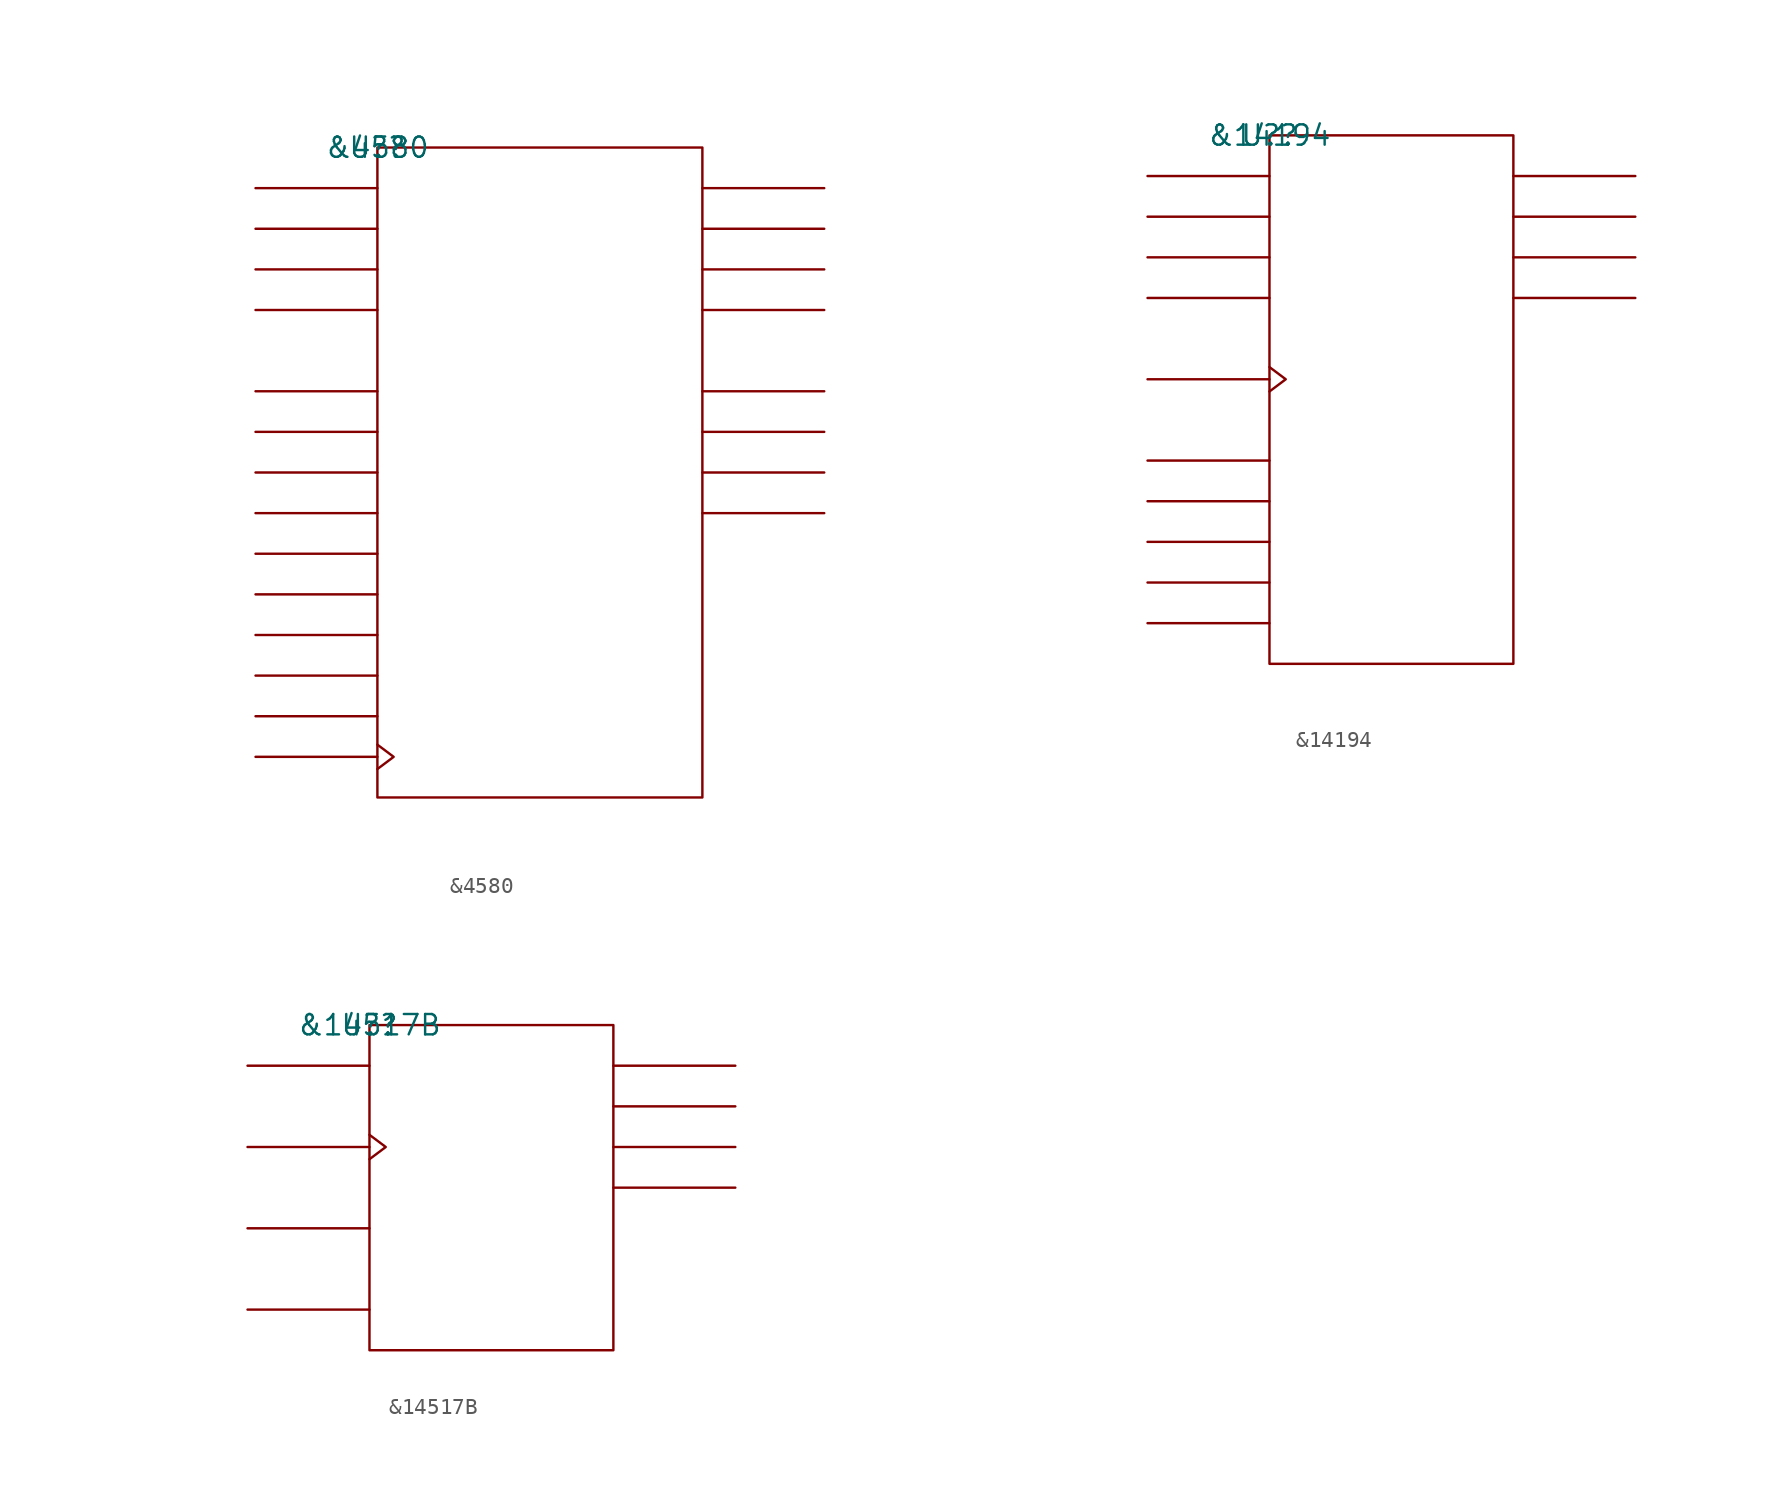
<source format=kicad_sym>
(kicad_symbol_lib
  (version 20211014)
  (generator kicad_symbol_editor)
  (symbol "&4580"
    (pin_names
      (offset 0.762))
    (property "Reference" "U?"
      (at 0 0 0)
      (effects (font (size 1.27 1.27))))
    (property "Value" "&4580"
      (at 0 0 0)
      (effects (font (size 1.27 1.27))))
    (symbol "&4580_0_1"
      (rectangle (start 0 -40.64) (end 20.32 0) (stroke (width 0) (type default) (color 0 0 0 0)) (fill (type none)))
      (polyline (pts (xy 0 -38.1) (xy -7.62 -38.1)) (stroke (width 0) (type default) (color 0 0 0 0)) (fill (type none)))
      (polyline (pts (xy 0 -35.56) (xy -7.62 -35.56)) (stroke (width 0) (type default) (color 0 0 0 0)) (fill (type none)))
      (polyline (pts (xy 0 -33.02) (xy -7.62 -33.02)) (stroke (width 0) (type default) (color 0 0 0 0)) (fill (type none)))
      (polyline (pts (xy 0 -30.48) (xy -7.62 -30.48)) (stroke (width 0) (type default) (color 0 0 0 0)) (fill (type none)))
      (polyline (pts (xy 0 -27.94) (xy -7.62 -27.94)) (stroke (width 0) (type default) (color 0 0 0 0)) (fill (type none)))
      (polyline (pts (xy 0 -25.4) (xy -7.62 -25.4)) (stroke (width 0) (type default) (color 0 0 0 0)) (fill (type none)))
      (polyline (pts (xy 0 -22.86) (xy -7.62 -22.86)) (stroke (width 0) (type default) (color 0 0 0 0)) (fill (type none)))
      (polyline (pts (xy 0 -20.32) (xy -7.62 -20.32)) (stroke (width 0) (type default) (color 0 0 0 0)) (fill (type none)))
      (polyline (pts (xy 0 -17.78) (xy -7.62 -17.78)) (stroke (width 0) (type default) (color 0 0 0 0)) (fill (type none)))
      (polyline (pts (xy 0 -15.24) (xy -7.62 -15.24)) (stroke (width 0) (type default) (color 0 0 0 0)) (fill (type none)))
      (polyline (pts (xy 0 -10.16) (xy -7.62 -10.16)) (stroke (width 0) (type default) (color 0 0 0 0)) (fill (type none)))
      (polyline (pts (xy 0 -7.62) (xy -7.62 -7.62)) (stroke (width 0) (type default) (color 0 0 0 0)) (fill (type none)))
      (polyline (pts (xy 0 -5.08) (xy -7.62 -5.08)) (stroke (width 0) (type default) (color 0 0 0 0)) (fill (type none)))
      (polyline (pts (xy 0 -2.54) (xy -7.62 -2.54)) (stroke (width 0) (type default) (color 0 0 0 0)) (fill (type none)))
      (polyline (pts (xy 20.32 -22.86) (xy 27.94 -22.86)) (stroke (width 0) (type default) (color 0 0 0 0)) (fill (type none)))
      (polyline (pts (xy 20.32 -20.32) (xy 27.94 -20.32)) (stroke (width 0) (type default) (color 0 0 0 0)) (fill (type none)))
      (polyline (pts (xy 20.32 -17.78) (xy 27.94 -17.78)) (stroke (width 0) (type default) (color 0 0 0 0)) (fill (type none)))
      (polyline (pts (xy 20.32 -15.24) (xy 27.94 -15.24)) (stroke (width 0) (type default) (color 0 0 0 0)) (fill (type none)))
      (polyline (pts (xy 20.32 -10.16) (xy 27.94 -10.16)) (stroke (width 0) (type default) (color 0 0 0 0)) (fill (type none)))
      (polyline (pts (xy 20.32 -7.62) (xy 27.94 -7.62)) (stroke (width 0) (type default) (color 0 0 0 0)) (fill (type none)))
      (polyline (pts (xy 20.32 -5.08) (xy 27.94 -5.08)) (stroke (width 0) (type default) (color 0 0 0 0)) (fill (type none)))
      (polyline (pts (xy 20.32 -2.54) (xy 27.94 -2.54)) (stroke (width 0) (type default) (color 0 0 0 0)) (fill (type none)))
      (polyline (pts (xy 0 -37.338) (xy 1.016 -38.1) (xy 0 -38.862)) (stroke (width 0) (type default) (color 0 0 0 0)) (fill (type none))))
    (symbol "&4580_1_1"
      (pin unspecified line (at 27.94 -22.86 180) (length 7.62) hide (name "Q3B" (effects (font (size 1.245 1.245)))) (number "1" (effects (font (size 1.245 1.245)))))
      (pin unspecified line (at -7.62 -30.48 0) (length 7.62) hide (name "R1B" (effects (font (size 1.245 1.245)))) (number "10" (effects (font (size 1.245 1.245)))))
      (pin unspecified line (at -7.62 -27.94 0) (length 7.62) hide (name "R0B" (effects (font (size 1.245 1.245)))) (number "11" (effects (font (size 1.245 1.245)))))
      (pin power_in line (at 7.62 -40.64 180) (length 7.62) hide (name "GND" (effects (font (size 1.245 1.245)))) (number "12" (effects (font (size 1.245 1.245)))))
      (pin unspecified line (at -7.62 -22.86 0) (length 7.62) hide (name "R0A" (effects (font (size 1.245 1.245)))) (number "13" (effects (font (size 1.245 1.245)))))
      (pin unspecified line (at -7.62 -25.4 0) (length 7.62) hide (name "R1A" (effects (font (size 1.245 1.245)))) (number "14" (effects (font (size 1.245 1.245)))))
      (pin unspecified line (at -7.62 -15.24 0) (length 7.62) hide (name "WE" (effects (font (size 1.245 1.245)))) (number "15" (effects (font (size 1.245 1.245)))))
      (pin unspecified line (at -7.62 -38.1 180) (length 7.62) hide (name "CLK" (effects (font (size 1.245 1.245)))) (number "16" (effects (font (size 1.245 1.245)))))
      (pin unspecified line (at -7.62 -10.16 0) (length 7.62) hide (name "D3" (effects (font (size 1.245 1.245)))) (number "17" (effects (font (size 1.245 1.245)))))
      (pin unspecified line (at -7.62 -7.62 0) (length 7.62) hide (name "D2" (effects (font (size 1.245 1.245)))) (number "18" (effects (font (size 1.245 1.245)))))
      (pin unspecified line (at -7.62 -5.08 0) (length 7.62) hide (name "D1" (effects (font (size 1.245 1.245)))) (number "19" (effects (font (size 1.245 1.245)))))
      (pin unspecified line (at 27.94 -20.32 180) (length 7.62) hide (name "Q2B" (effects (font (size 1.245 1.245)))) (number "2" (effects (font (size 1.245 1.245)))))
      (pin unspecified line (at -7.62 -2.54 0) (length 7.62) hide (name "D0" (effects (font (size 1.245 1.245)))) (number "20" (effects (font (size 1.245 1.245)))))
      (pin unspecified line (at -7.62 -35.56 0) (length 7.62) hide (name "&3SB" (effects (font (size 1.245 1.245)))) (number "21" (effects (font (size 1.245 1.245)))))
      (pin unspecified line (at 27.94 -15.24 180) (length 7.62) hide (name "Q0B" (effects (font (size 1.245 1.245)))) (number "22" (effects (font (size 1.245 1.245)))))
      (pin unspecified line (at 27.94 -17.78 180) (length 7.62) hide (name "Q1B" (effects (font (size 1.245 1.245)))) (number "23" (effects (font (size 1.245 1.245)))))
      (pin power_in line (at 5.08 0 180) (length 7.62) hide (name "VCC" (effects (font (size 1.245 1.245)))) (number "24" (effects (font (size 1.245 1.245)))))
      (pin unspecified line (at -7.62 -33.02 0) (length 7.62) hide (name "&3SA" (effects (font (size 1.245 1.245)))) (number "3" (effects (font (size 1.245 1.245)))))
      (pin unspecified line (at 27.94 -2.54 180) (length 7.62) hide (name "Q0A" (effects (font (size 1.245 1.245)))) (number "4" (effects (font (size 1.245 1.245)))))
      (pin unspecified line (at 27.94 -5.08 180) (length 7.62) hide (name "Q1A" (effects (font (size 1.245 1.245)))) (number "5" (effects (font (size 1.245 1.245)))))
      (pin unspecified line (at 27.94 -7.62 180) (length 7.62) hide (name "Q2A" (effects (font (size 1.245 1.245)))) (number "6" (effects (font (size 1.245 1.245)))))
      (pin unspecified line (at 27.94 -10.16 180) (length 7.62) hide (name "Q3A" (effects (font (size 1.245 1.245)))) (number "7" (effects (font (size 1.245 1.245)))))
      (pin unspecified line (at -7.62 -17.78 0) (length 7.62) hide (name "W0" (effects (font (size 1.245 1.245)))) (number "8" (effects (font (size 1.245 1.245)))))
      (pin unspecified line (at -7.62 -20.32 0) (length 7.62) hide (name "W1" (effects (font (size 1.245 1.245)))) (number "9" (effects (font (size 1.245 1.245)))))))
  (symbol "&14194"
    (pin_names
      (offset 0.762))
    (property "Reference" "U?"
      (at 0 0 0)
      (effects (font (size 1.27 1.27))))
    (property "Value" "&14194"
      (at 0 0 0)
      (effects (font (size 1.27 1.27))))
    (symbol "&14194_0_1"
      (rectangle (start 0 -33.02) (end 15.24 0) (stroke (width 0) (type default) (color 0 0 0 0)) (fill (type none)))
      (polyline (pts (xy 0 -30.48) (xy -7.62 -30.48)) (stroke (width 0) (type default) (color 0 0 0 0)) (fill (type none)))
      (polyline (pts (xy 0 -27.94) (xy -7.62 -27.94)) (stroke (width 0) (type default) (color 0 0 0 0)) (fill (type none)))
      (polyline (pts (xy 0 -25.4) (xy -7.62 -25.4)) (stroke (width 0) (type default) (color 0 0 0 0)) (fill (type none)))
      (polyline (pts (xy 0 -22.86) (xy -7.62 -22.86)) (stroke (width 0) (type default) (color 0 0 0 0)) (fill (type none)))
      (polyline (pts (xy 0 -20.32) (xy -7.62 -20.32)) (stroke (width 0) (type default) (color 0 0 0 0)) (fill (type none)))
      (polyline (pts (xy 0 -15.24) (xy -7.62 -15.24)) (stroke (width 0) (type default) (color 0 0 0 0)) (fill (type none)))
      (polyline (pts (xy 0 -10.16) (xy -7.62 -10.16)) (stroke (width 0) (type default) (color 0 0 0 0)) (fill (type none)))
      (polyline (pts (xy 0 -7.62) (xy -7.62 -7.62)) (stroke (width 0) (type default) (color 0 0 0 0)) (fill (type none)))
      (polyline (pts (xy 0 -5.08) (xy -7.62 -5.08)) (stroke (width 0) (type default) (color 0 0 0 0)) (fill (type none)))
      (polyline (pts (xy 0 -2.54) (xy -7.62 -2.54)) (stroke (width 0) (type default) (color 0 0 0 0)) (fill (type none)))
      (polyline (pts (xy 15.24 -10.16) (xy 22.86 -10.16)) (stroke (width 0) (type default) (color 0 0 0 0)) (fill (type none)))
      (polyline (pts (xy 15.24 -7.62) (xy 22.86 -7.62)) (stroke (width 0) (type default) (color 0 0 0 0)) (fill (type none)))
      (polyline (pts (xy 15.24 -5.08) (xy 22.86 -5.08)) (stroke (width 0) (type default) (color 0 0 0 0)) (fill (type none)))
      (polyline (pts (xy 15.24 -2.54) (xy 22.86 -2.54)) (stroke (width 0) (type default) (color 0 0 0 0)) (fill (type none)))
      (polyline (pts (xy 0 -14.478) (xy 1.016 -15.24) (xy 0 -16.002)) (stroke (width 0) (type default) (color 0 0 0 0)) (fill (type none))))
    (symbol "&14194_1_1"
      (pin unspecified line (at -7.62 -20.32 0) (length 7.62) hide (name "RST" (effects (font (size 1.245 1.245)))) (number "1" (effects (font (size 1.245 1.245)))))
      (pin unspecified line (at -7.62 -25.4 0) (length 7.62) hide (name "S1" (effects (font (size 1.245 1.245)))) (number "10" (effects (font (size 1.245 1.245)))))
      (pin unspecified line (at -7.62 -15.24 180) (length 7.62) hide (name "CLK" (effects (font (size 1.245 1.245)))) (number "11" (effects (font (size 1.245 1.245)))))
      (pin unspecified line (at 22.86 -10.16 180) (length 7.62) hide (name "Q3" (effects (font (size 1.245 1.245)))) (number "12" (effects (font (size 1.245 1.245)))))
      (pin unspecified line (at 22.86 -7.62 180) (length 7.62) hide (name "Q2" (effects (font (size 1.245 1.245)))) (number "13" (effects (font (size 1.245 1.245)))))
      (pin unspecified line (at 22.86 -5.08 180) (length 7.62) hide (name "Q1" (effects (font (size 1.245 1.245)))) (number "14" (effects (font (size 1.245 1.245)))))
      (pin unspecified line (at 22.86 -2.54 180) (length 7.62) hide (name "Q0" (effects (font (size 1.245 1.245)))) (number "15" (effects (font (size 1.245 1.245)))))
      (pin power_in line (at 7.62 0 180) (length 7.62) hide (name "VCC" (effects (font (size 1.245 1.245)))) (number "16" (effects (font (size 1.245 1.245)))))
      (pin unspecified line (at -7.62 -30.48 0) (length 7.62) hide (name "SR" (effects (font (size 1.245 1.245)))) (number "2" (effects (font (size 1.245 1.245)))))
      (pin unspecified line (at -7.62 -2.54 0) (length 7.62) hide (name "D0" (effects (font (size 1.245 1.245)))) (number "3" (effects (font (size 1.245 1.245)))))
      (pin unspecified line (at -7.62 -5.08 0) (length 7.62) hide (name "D1" (effects (font (size 1.245 1.245)))) (number "4" (effects (font (size 1.245 1.245)))))
      (pin unspecified line (at -7.62 -7.62 0) (length 7.62) hide (name "D2" (effects (font (size 1.245 1.245)))) (number "5" (effects (font (size 1.245 1.245)))))
      (pin unspecified line (at -7.62 -10.16 0) (length 7.62) hide (name "D3" (effects (font (size 1.245 1.245)))) (number "6" (effects (font (size 1.245 1.245)))))
      (pin unspecified line (at -7.62 -27.94 0) (length 7.62) hide (name "SL" (effects (font (size 1.245 1.245)))) (number "7" (effects (font (size 1.245 1.245)))))
      (pin power_in line (at 7.62 -33.02 180) (length 7.62) hide (name "GND" (effects (font (size 1.245 1.245)))) (number "8" (effects (font (size 1.245 1.245)))))
      (pin unspecified line (at -7.62 -22.86 0) (length 7.62) hide (name "S0" (effects (font (size 1.245 1.245)))) (number "9" (effects (font (size 1.245 1.245)))))))
  (symbol "&14517B"
    (pin_names
      (offset 0.762))
    (property "Reference" "U?"
      (at 0 0 0)
      (effects (font (size 1.27 1.27))))
    (property "Value" "&14517B"
      (at 0 0 0)
      (effects (font (size 1.27 1.27))))
    (symbol "&14517B_0_1"
      (rectangle (start 0 -20.32) (end 15.24 0) (stroke (width 0) (type default) (color 0 0 0 0)) (fill (type none)))
      (polyline (pts (xy 0 -17.78) (xy -7.62 -17.78)) (stroke (width 0) (type default) (color 0 0 0 0)) (fill (type none)))
      (polyline (pts (xy 0 -12.7) (xy -7.62 -12.7)) (stroke (width 0) (type default) (color 0 0 0 0)) (fill (type none)))
      (polyline (pts (xy 0 -7.62) (xy -7.62 -7.62)) (stroke (width 0) (type default) (color 0 0 0 0)) (fill (type none)))
      (polyline (pts (xy 0 -2.54) (xy -7.62 -2.54)) (stroke (width 0) (type default) (color 0 0 0 0)) (fill (type none)))
      (polyline (pts (xy 15.24 -10.16) (xy 22.86 -10.16)) (stroke (width 0) (type default) (color 0 0 0 0)) (fill (type none)))
      (polyline (pts (xy 15.24 -7.62) (xy 22.86 -7.62)) (stroke (width 0) (type default) (color 0 0 0 0)) (fill (type none)))
      (polyline (pts (xy 15.24 -5.08) (xy 22.86 -5.08)) (stroke (width 0) (type default) (color 0 0 0 0)) (fill (type none)))
      (polyline (pts (xy 15.24 -2.54) (xy 22.86 -2.54)) (stroke (width 0) (type default) (color 0 0 0 0)) (fill (type none)))
      (polyline (pts (xy 0 -6.858) (xy 1.016 -7.62) (xy 0 -8.382)) (stroke (width 0) (type default) (color 0 0 0 0)) (fill (type none))))
    (symbol "&14517B_1_1"
      (pin unspecified line (at 22.86 -2.54 180) (length 7.62) hide (name "Q16" (effects (font (size 1.245 1.245)))) (number "1" (effects (font (size 1.245 1.245)))))
      (pin power_in line (at -7.62 -17.78 0) (length 7.62) hide (name "VDD" (effects (font (size 1.245 1.245)))) (number "16" (effects (font (size 1.245 1.245)))))
      (pin unspecified line (at 22.86 -7.62 180) (length 7.62) hide (name "Q48" (effects (font (size 1.245 1.245)))) (number "2" (effects (font (size 1.245 1.245)))))
      (pin unspecified line (at -7.62 -12.7 0) (length 7.62) hide (name "WE" (effects (font (size 1.245 1.245)))) (number "3" (effects (font (size 1.245 1.245)))))
      (pin unspecified line (at -7.62 -7.62 180) (length 7.62) hide (name "CLK" (effects (font (size 1.245 1.245)))) (number "4" (effects (font (size 1.245 1.245)))))
      (pin unspecified line (at 22.86 -10.16 180) (length 7.62) hide (name "Q64" (effects (font (size 1.245 1.245)))) (number "5" (effects (font (size 1.245 1.245)))))
      (pin unspecified line (at 22.86 -5.08 180) (length 7.62) hide (name "Q32" (effects (font (size 1.245 1.245)))) (number "6" (effects (font (size 1.245 1.245)))))
      (pin unspecified line (at -7.62 -2.54 0) (length 7.62) hide (name "D" (effects (font (size 1.245 1.245)))) (number "7" (effects (font (size 1.245 1.245)))))
      (pin power_in line (at 7.62 -20.32 0) (length 7.62) hide (name "GND" (effects (font (size 1.245 1.245)))) (number "8" (effects (font (size 1.245 1.245))))))))
</source>
